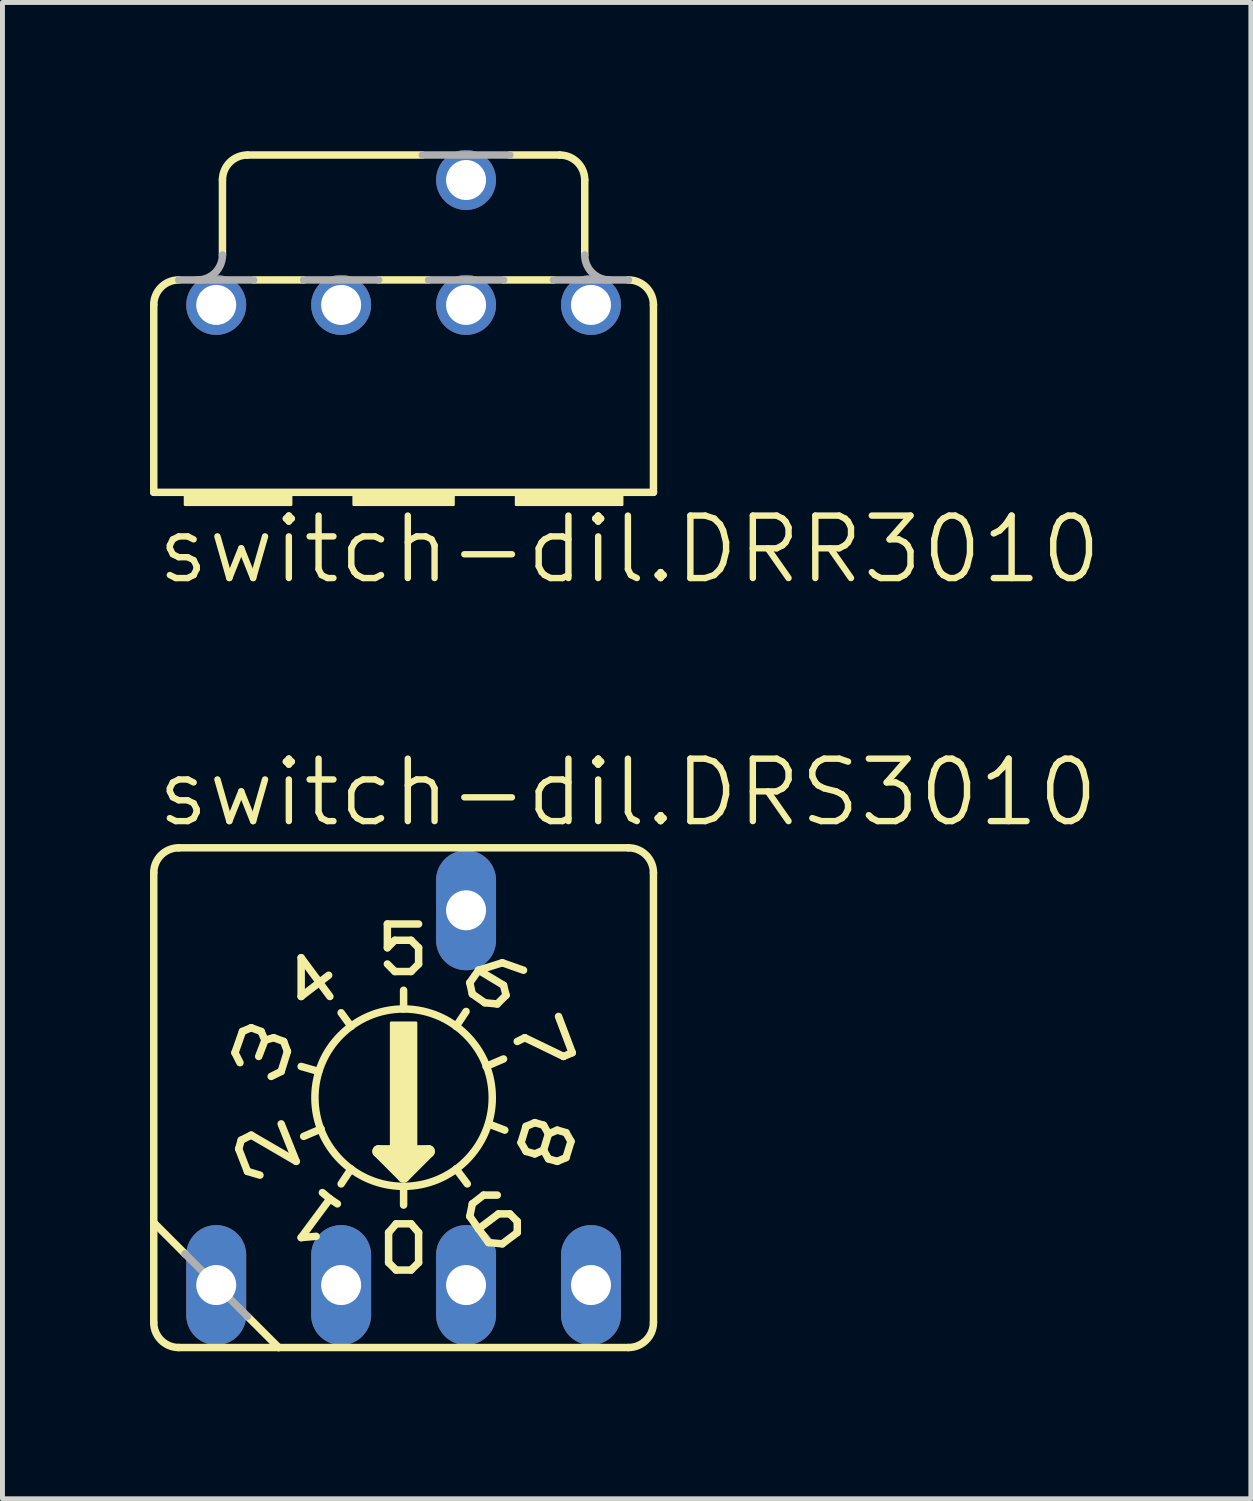
<source format=kicad_pcb>
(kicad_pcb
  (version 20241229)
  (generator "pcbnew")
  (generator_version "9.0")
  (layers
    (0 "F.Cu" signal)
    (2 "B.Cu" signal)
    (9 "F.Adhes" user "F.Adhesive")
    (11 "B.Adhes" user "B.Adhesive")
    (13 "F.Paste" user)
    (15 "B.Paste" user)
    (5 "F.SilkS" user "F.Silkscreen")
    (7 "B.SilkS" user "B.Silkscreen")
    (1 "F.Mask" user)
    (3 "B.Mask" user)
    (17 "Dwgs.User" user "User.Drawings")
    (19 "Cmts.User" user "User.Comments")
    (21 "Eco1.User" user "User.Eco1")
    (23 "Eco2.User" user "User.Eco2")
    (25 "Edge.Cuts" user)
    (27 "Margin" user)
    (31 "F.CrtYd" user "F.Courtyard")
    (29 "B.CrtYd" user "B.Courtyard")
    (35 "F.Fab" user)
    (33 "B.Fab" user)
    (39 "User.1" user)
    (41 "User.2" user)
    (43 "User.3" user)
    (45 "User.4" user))
  (footprint "switch-dil.DRR3010"
    (layer "F.Cu")
    (at 5.156 3.15)
    (property "Reference" "switch-dil.DRR3010" (at -5.08 5.715 0) (layer "F.SilkS") (effects (font (size 1.27 1.27) (thickness 0.13)) (justify left bottom)))
    (attr through_hole)
    (fp_line (start -5.08 0) (end -5.08 3.81) (stroke (width 0.152) (type default)) (layer "F.SilkS"))
    (fp_line (start -3.683 -1.016) (end -3.683 -2.54) (stroke (width 0.152) (type default)) (layer "F.SilkS"))
    (fp_line (start -3.048 -0.508) (end -2.032 -0.508) (stroke (width 0.152) (type default)) (layer "F.SilkS"))
    (fp_line (start -0.508 -0.508) (end 0.508 -0.508) (stroke (width 0.152) (type default)) (layer "F.SilkS"))
    (fp_line (start 0.381 -3.048) (end -3.175 -3.048) (stroke (width 0.152) (type default)) (layer "F.SilkS"))
    (fp_line (start 2.032 -0.508) (end 3.048 -0.508) (stroke (width 0.152) (type default)) (layer "F.SilkS"))
    (fp_line (start 3.175 -3.048) (end 2.159 -3.048) (stroke (width 0.152) (type default)) (layer "F.SilkS"))
    (fp_line (start 3.683 -2.54) (end 3.683 -1.016) (stroke (width 0.152) (type default)) (layer "F.SilkS"))
    (fp_line (start 5.08 0) (end 5.08 3.81) (stroke (width 0.152) (type default)) (layer "F.SilkS"))
    (fp_line (start 5.08 3.81) (end -5.08 3.81) (stroke (width 0.152) (type default)) (layer "F.SilkS"))
    (fp_rect (start -4.445 4.064) (end -2.286 3.81) (stroke (width 0.05) (type default)) (fill yes) (layer "F.SilkS"))
    (fp_rect (start -1.016 4.064) (end 1.016 3.81) (stroke (width 0.05) (type default)) (fill yes) (layer "F.SilkS"))
    (fp_rect (start 2.286 4.064) (end 4.445 3.81) (stroke (width 0.05) (type default)) (fill yes) (layer "F.SilkS"))
    (fp_arc (start -5.08 0) (mid -4.93121 -0.35921) (end -4.572 -0.508) (stroke (width 0.1524) (type default)) (layer "F.SilkS"))
    (fp_arc (start -3.683 -2.54) (mid -3.53421 -2.89921) (end -3.175 -3.048) (stroke (width 0.1524) (type default)) (layer "F.SilkS"))
    (fp_arc (start 3.175 -3.048) (mid 3.53421 -2.89921) (end 3.683 -2.54) (stroke (width 0.1524) (type default)) (layer "F.SilkS"))
    (fp_arc (start 4.572 -0.508) (mid 4.93121 -0.35921) (end 5.08 0) (stroke (width 0.1524) (type default)) (layer "F.SilkS"))
    (fp_line (start -3.048 -0.508) (end -4.572 -0.508) (stroke (width 0.152) (type default)) (layer "F.Fab"))
    (fp_line (start -0.508 -0.508) (end -2.032 -0.508) (stroke (width 0.152) (type default)) (layer "F.Fab"))
    (fp_line (start 0.381 -3.048) (end 2.159 -3.048) (stroke (width 0.152) (type default)) (layer "F.Fab"))
    (fp_line (start 2.032 -0.508) (end 0.508 -0.508) (stroke (width 0.152) (type default)) (layer "F.Fab"))
    (fp_line (start 4.572 -0.508) (end 3.048 -0.508) (stroke (width 0.152) (type default)) (layer "F.Fab"))
    (fp_arc (start -3.683 -1.016) (mid -3.83179 -0.65679) (end -4.191 -0.508) (stroke (width 0.1524) (type default)) (layer "F.Fab"))
    (fp_arc (start 4.191 -0.508) (mid 3.83179 -0.65679) (end 3.683 -1.016) (stroke (width 0.1524) (type default)) (layer "F.Fab"))
    (pad "1" thru_hole circle (at 3.81 0) (size 1.219 1.219) (drill 0.813) (layers "*.Cu" "*.Mask"))
    (pad "2" thru_hole circle (at 1.27 0) (size 1.219 1.219) (drill 0.813) (layers "*.Cu" "*.Mask"))
    (pad "4" thru_hole circle (at -1.27 0) (size 1.219 1.219) (drill 0.813) (layers "*.Cu" "*.Mask"))
    (pad "8" thru_hole circle (at -3.81 0) (size 1.219 1.219) (drill 0.813) (layers "*.Cu" "*.Mask"))
    (pad "C" thru_hole circle (at 1.27 -2.54) (size 1.219 1.219) (drill 0.813) (layers "*.Cu" "*.Mask")))
  (footprint "switch-dil.DRS3010"
    (layer "F.Cu")
    (at 5.156 19.268)
    (property "Reference" "switch-dil.DRS3010" (at -5.08 -5.461 0) (layer "F.SilkS") (effects (font (size 1.27 1.27) (thickness 0.13)) (justify left bottom)))
    (attr through_hole)
    (fp_line (start -5.08 2.54) (end -5.08 -4.572) (stroke (width 0.152) (type default)) (layer "F.SilkS"))
    (fp_line (start -5.08 4.572) (end -5.08 2.54) (stroke (width 0.152) (type default)) (layer "F.SilkS"))
    (fp_line (start -4.572 -5.08) (end 4.572 -5.08) (stroke (width 0.152) (type default)) (layer "F.SilkS"))
    (fp_line (start -4.572 5.08) (end -2.54 5.08) (stroke (width 0.152) (type default)) (layer "F.SilkS"))
    (fp_line (start -4.445 3.175) (end -5.08 2.54) (stroke (width 0.152) (type default)) (layer "F.SilkS"))
    (fp_line (start -3.429 -0.914) (end -3.327 -0.711) (stroke (width 0.152) (type default)) (layer "F.SilkS"))
    (fp_line (start -3.353 1.041) (end -3.175 1.499) (stroke (width 0.152) (type default)) (layer "F.SilkS"))
    (fp_line (start -3.302 0.864) (end -3.353 1.041) (stroke (width 0.152) (type default)) (layer "F.SilkS"))
    (fp_line (start -3.277 -1.346) (end -3.429 -0.914) (stroke (width 0.152) (type default)) (layer "F.SilkS"))
    (fp_line (start -3.175 1.499) (end -2.921 1.575) (stroke (width 0.152) (type default)) (layer "F.SilkS"))
    (fp_line (start -3.175 4.445) (end -2.54 5.08) (stroke (width 0.152) (type default)) (layer "F.SilkS"))
    (fp_line (start -3.099 -1.422) (end -3.277 -1.346) (stroke (width 0.152) (type default)) (layer "F.SilkS"))
    (fp_line (start -3.099 0.762) (end -3.302 0.864) (stroke (width 0.152) (type default)) (layer "F.SilkS"))
    (fp_line (start -2.896 -1.346) (end -3.099 -1.422) (stroke (width 0.152) (type default)) (layer "F.SilkS"))
    (fp_line (start -2.819 -1.168) (end -2.946 -0.838) (stroke (width 0.152) (type default)) (layer "F.SilkS"))
    (fp_line (start -2.819 -1.168) (end -2.896 -1.346) (stroke (width 0.152) (type default)) (layer "F.SilkS"))
    (fp_line (start -2.642 -1.219) (end -2.819 -1.168) (stroke (width 0.152) (type default)) (layer "F.SilkS"))
    (fp_line (start -2.54 5.08) (end 4.572 5.08) (stroke (width 0.152) (type default)) (layer "F.SilkS"))
    (fp_line (start -2.489 -0.533) (end -2.692 -0.432) (stroke (width 0.152) (type default)) (layer "F.SilkS"))
    (fp_line (start -2.489 -0.533) (end -2.362 -0.94) (stroke (width 0.152) (type default)) (layer "F.SilkS"))
    (fp_line (start -2.489 0.533) (end -2.184 1.295) (stroke (width 0.152) (type default)) (layer "F.SilkS"))
    (fp_line (start -2.438 -1.143) (end -2.642 -1.219) (stroke (width 0.152) (type default)) (layer "F.SilkS"))
    (fp_line (start -2.362 -0.94) (end -2.438 -1.143) (stroke (width 0.152) (type default)) (layer "F.SilkS"))
    (fp_line (start -2.184 1.295) (end -3.099 0.762) (stroke (width 0.152) (type default)) (layer "F.SilkS"))
    (fp_line (start -2.083 -2.845) (end -2.083 -2.057) (stroke (width 0.152) (type default)) (layer "F.SilkS"))
    (fp_line (start -2.083 -2.845) (end -1.499 -2.057) (stroke (width 0.152) (type default)) (layer "F.SilkS"))
    (fp_line (start -2.083 -2.057) (end -1.524 -2.489) (stroke (width 0.152) (type default)) (layer "F.SilkS"))
    (fp_line (start -2.083 2.845) (end -1.778 2.819) (stroke (width 0.152) (type default)) (layer "F.SilkS"))
    (fp_line (start -1.727 -0.533) (end -2.083 -0.635) (stroke (width 0.152) (type default)) (layer "F.SilkS"))
    (fp_line (start -1.676 0.635) (end -2.032 0.787) (stroke (width 0.152) (type default)) (layer "F.SilkS"))
    (fp_line (start -1.651 1.93) (end -1.499 2.057) (stroke (width 0.152) (type default)) (layer "F.SilkS"))
    (fp_line (start -1.499 2.057) (end -2.083 2.845) (stroke (width 0.152) (type default)) (layer "F.SilkS"))
    (fp_line (start -1.499 2.057) (end -1.346 2.159) (stroke (width 0.152) (type default)) (layer "F.SilkS"))
    (fp_line (start -1.067 -1.448) (end -1.27 -1.727) (stroke (width 0.152) (type default)) (layer "F.SilkS"))
    (fp_line (start -1.067 1.448) (end -1.27 1.753) (stroke (width 0.152) (type default)) (layer "F.SilkS"))
    (fp_line (start -0.508 1.092) (end 0 1.6) (stroke (width 0.254) (type default)) (layer "F.SilkS"))
    (fp_line (start -0.33 -3.048) (end -0.33 -3.531) (stroke (width 0.152) (type default)) (layer "F.SilkS"))
    (fp_line (start -0.33 -2.718) (end -0.178 -2.565) (stroke (width 0.152) (type default)) (layer "F.SilkS"))
    (fp_line (start -0.305 2.743) (end -0.305 3.353) (stroke (width 0.152) (type default)) (layer "F.SilkS"))
    (fp_line (start -0.305 3.353) (end -0.152 3.505) (stroke (width 0.152) (type default)) (layer "F.SilkS"))
    (fp_line (start -0.254 1.219) (end 0.254 1.219) (stroke (width 0.254) (type default)) (layer "F.SilkS"))
    (fp_line (start -0.178 -3.2) (end -0.33 -3.048) (stroke (width 0.152) (type default)) (layer "F.SilkS"))
    (fp_line (start -0.178 -2.565) (end 0.152 -2.565) (stroke (width 0.152) (type default)) (layer "F.SilkS"))
    (fp_line (start -0.152 2.565) (end -0.305 2.743) (stroke (width 0.152) (type default)) (layer "F.SilkS"))
    (fp_line (start -0.152 3.505) (end 0.152 3.505) (stroke (width 0.152) (type default)) (layer "F.SilkS"))
    (fp_line (start 0 -1.803) (end 0 -2.184) (stroke (width 0.152) (type default)) (layer "F.SilkS"))
    (fp_line (start 0 1.473) (end 0 1.346) (stroke (width 0.254) (type default)) (layer "F.SilkS"))
    (fp_line (start 0 1.6) (end 0.508 1.092) (stroke (width 0.254) (type default)) (layer "F.SilkS"))
    (fp_line (start 0 1.829) (end 0 2.184) (stroke (width 0.152) (type default)) (layer "F.SilkS"))
    (fp_line (start 0.152 -3.2) (end -0.178 -3.2) (stroke (width 0.152) (type default)) (layer "F.SilkS"))
    (fp_line (start 0.152 -2.565) (end 0.305 -2.718) (stroke (width 0.152) (type default)) (layer "F.SilkS"))
    (fp_line (start 0.152 2.565) (end -0.152 2.565) (stroke (width 0.152) (type default)) (layer "F.SilkS"))
    (fp_line (start 0.152 3.505) (end 0.305 3.353) (stroke (width 0.152) (type default)) (layer "F.SilkS"))
    (fp_line (start 0.305 -3.531) (end -0.33 -3.531) (stroke (width 0.152) (type default)) (layer "F.SilkS"))
    (fp_line (start 0.305 -3.048) (end 0.152 -3.2) (stroke (width 0.152) (type default)) (layer "F.SilkS"))
    (fp_line (start 0.305 -3.048) (end 0.305 -2.718) (stroke (width 0.152) (type default)) (layer "F.SilkS"))
    (fp_line (start 0.305 2.743) (end 0.152 2.565) (stroke (width 0.152) (type default)) (layer "F.SilkS"))
    (fp_line (start 0.305 3.353) (end 0.305 2.743) (stroke (width 0.152) (type default)) (layer "F.SilkS"))
    (fp_line (start 0.508 1.092) (end -0.508 1.092) (stroke (width 0.254) (type default)) (layer "F.SilkS"))
    (fp_line (start 1.067 -1.448) (end 1.27 -1.753) (stroke (width 0.152) (type default)) (layer "F.SilkS"))
    (fp_line (start 1.067 1.448) (end 1.295 1.753) (stroke (width 0.152) (type default)) (layer "F.SilkS"))
    (fp_line (start 1.346 -2.337) (end 1.524 -2.591) (stroke (width 0.152) (type default)) (layer "F.SilkS"))
    (fp_line (start 1.346 2.413) (end 1.524 2.667) (stroke (width 0.152) (type default)) (layer "F.SilkS"))
    (fp_line (start 1.397 -2.108) (end 1.346 -2.337) (stroke (width 0.152) (type default)) (layer "F.SilkS"))
    (fp_line (start 1.397 -2.108) (end 1.651 -1.93) (stroke (width 0.152) (type default)) (layer "F.SilkS"))
    (fp_line (start 1.397 2.159) (end 1.346 2.413) (stroke (width 0.152) (type default)) (layer "F.SilkS"))
    (fp_line (start 1.397 2.159) (end 1.626 1.981) (stroke (width 0.152) (type default)) (layer "F.SilkS"))
    (fp_line (start 1.524 -2.591) (end 2.007 -2.743) (stroke (width 0.152) (type default)) (layer "F.SilkS"))
    (fp_line (start 1.524 2.667) (end 1.727 2.946) (stroke (width 0.152) (type default)) (layer "F.SilkS"))
    (fp_line (start 1.626 1.981) (end 1.905 1.981) (stroke (width 0.152) (type default)) (layer "F.SilkS"))
    (fp_line (start 1.651 -1.93) (end 1.905 -1.905) (stroke (width 0.152) (type default)) (layer "F.SilkS"))
    (fp_line (start 1.676 -0.635) (end 2.032 -0.787) (stroke (width 0.152) (type default)) (layer "F.SilkS"))
    (fp_line (start 1.727 0.533) (end 2.057 0.66) (stroke (width 0.152) (type default)) (layer "F.SilkS"))
    (fp_line (start 1.727 2.946) (end 2.007 2.972) (stroke (width 0.152) (type default)) (layer "F.SilkS"))
    (fp_line (start 1.905 -1.905) (end 2.083 -2.083) (stroke (width 0.152) (type default)) (layer "F.SilkS"))
    (fp_line (start 1.93 2.362) (end 1.524 2.667) (stroke (width 0.152) (type default)) (layer "F.SilkS"))
    (fp_line (start 2.007 -2.743) (end 2.438 -2.591) (stroke (width 0.152) (type default)) (layer "F.SilkS"))
    (fp_line (start 2.007 2.972) (end 2.311 2.743) (stroke (width 0.152) (type default)) (layer "F.SilkS"))
    (fp_line (start 2.032 -2.286) (end 1.524 -2.591) (stroke (width 0.152) (type default)) (layer "F.SilkS"))
    (fp_line (start 2.083 -2.083) (end 2.032 -2.286) (stroke (width 0.152) (type default)) (layer "F.SilkS"))
    (fp_line (start 2.159 2.362) (end 1.93 2.362) (stroke (width 0.152) (type default)) (layer "F.SilkS"))
    (fp_line (start 2.311 2.515) (end 2.159 2.362) (stroke (width 0.152) (type default)) (layer "F.SilkS"))
    (fp_line (start 2.311 2.743) (end 2.311 2.515) (stroke (width 0.152) (type default)) (layer "F.SilkS"))
    (fp_line (start 2.388 0.914) (end 2.489 1.092) (stroke (width 0.152) (type default)) (layer "F.SilkS"))
    (fp_line (start 2.464 -1.219) (end 2.311 -1.143) (stroke (width 0.152) (type default)) (layer "F.SilkS"))
    (fp_line (start 2.489 0.584) (end 2.388 0.914) (stroke (width 0.152) (type default)) (layer "F.SilkS"))
    (fp_line (start 2.489 1.092) (end 2.667 1.143) (stroke (width 0.152) (type default)) (layer "F.SilkS"))
    (fp_line (start 2.667 0.508) (end 2.489 0.584) (stroke (width 0.152) (type default)) (layer "F.SilkS"))
    (fp_line (start 2.667 1.143) (end 2.845 1.067) (stroke (width 0.152) (type default)) (layer "F.SilkS"))
    (fp_line (start 2.845 0.559) (end 2.667 0.508) (stroke (width 0.152) (type default)) (layer "F.SilkS"))
    (fp_line (start 2.845 1.067) (end 2.946 0.737) (stroke (width 0.152) (type default)) (layer "F.SilkS"))
    (fp_line (start 2.845 1.067) (end 2.946 1.245) (stroke (width 0.152) (type default)) (layer "F.SilkS"))
    (fp_line (start 2.946 0.737) (end 2.845 0.559) (stroke (width 0.152) (type default)) (layer "F.SilkS"))
    (fp_line (start 2.946 1.245) (end 3.124 1.295) (stroke (width 0.152) (type default)) (layer "F.SilkS"))
    (fp_line (start 3.124 0.66) (end 2.946 0.737) (stroke (width 0.152) (type default)) (layer "F.SilkS"))
    (fp_line (start 3.124 1.295) (end 3.302 1.219) (stroke (width 0.152) (type default)) (layer "F.SilkS"))
    (fp_line (start 3.15 -1.651) (end 3.429 -0.914) (stroke (width 0.152) (type default)) (layer "F.SilkS"))
    (fp_line (start 3.251 -0.838) (end 2.464 -1.219) (stroke (width 0.152) (type default)) (layer "F.SilkS"))
    (fp_line (start 3.302 0.711) (end 3.124 0.66) (stroke (width 0.152) (type default)) (layer "F.SilkS"))
    (fp_line (start 3.302 1.219) (end 3.404 0.889) (stroke (width 0.152) (type default)) (layer "F.SilkS"))
    (fp_line (start 3.404 0.889) (end 3.302 0.711) (stroke (width 0.152) (type default)) (layer "F.SilkS"))
    (fp_line (start 3.429 -0.914) (end 3.251 -0.838) (stroke (width 0.152) (type default)) (layer "F.SilkS"))
    (fp_line (start 5.08 4.572) (end 5.08 -4.572) (stroke (width 0.152) (type default)) (layer "F.SilkS"))
    (fp_rect (start -0.254 1.016) (end 0.254 -1.524) (stroke (width 0.05) (type default)) (fill yes) (layer "F.SilkS"))
    (fp_arc (start -5.08 -4.572) (mid -4.93121 -4.93121) (end -4.572 -5.08) (stroke (width 0.1524) (type default)) (layer "F.SilkS"))
    (fp_arc (start -4.572 5.08) (mid -4.93121 4.93121) (end -5.08 4.572) (stroke (width 0.1524) (type default)) (layer "F.SilkS"))
    (fp_arc (start 4.572 -5.08) (mid 4.93121 -4.93121) (end 5.08 -4.572) (stroke (width 0.1524) (type default)) (layer "F.SilkS"))
    (fp_arc (start 5.08 4.572) (mid 4.93121 4.93121) (end 4.572 5.08) (stroke (width 0.1524) (type default)) (layer "F.SilkS"))
    (fp_circle (center 0 0) (end 1.803 0) (stroke (width 0.152) (type default)) (fill no) (layer "F.SilkS"))
    (fp_line (start -3.175 4.445) (end -4.445 3.175) (stroke (width 0.152) (type default)) (layer "F.Fab"))
    (pad "1" thru_hole oval (at 3.81 3.81 90) (size 2.438 1.219) (drill 0.813) (layers "*.Cu" "*.Mask"))
    (pad "2" thru_hole oval (at 1.27 3.81 90) (size 2.438 1.219) (drill 0.813) (layers "*.Cu" "*.Mask"))
    (pad "4" thru_hole oval (at -1.27 3.81 90) (size 2.438 1.219) (drill 0.813) (layers "*.Cu" "*.Mask"))
    (pad "8" thru_hole oval (at -3.81 3.81 90) (size 2.438 1.219) (drill 0.813) (layers "*.Cu" "*.Mask"))
    (pad "C" thru_hole oval (at 1.27 -3.81 90) (size 2.438 1.219) (drill 0.813) (layers "*.Cu" "*.Mask")))
  (gr_rect
    (start -3 -3)
    (end 22.383 27.424)
    (stroke (width 0.1) (type default))
    (fill no)
    (layer "Edge.Cuts")))
</source>
